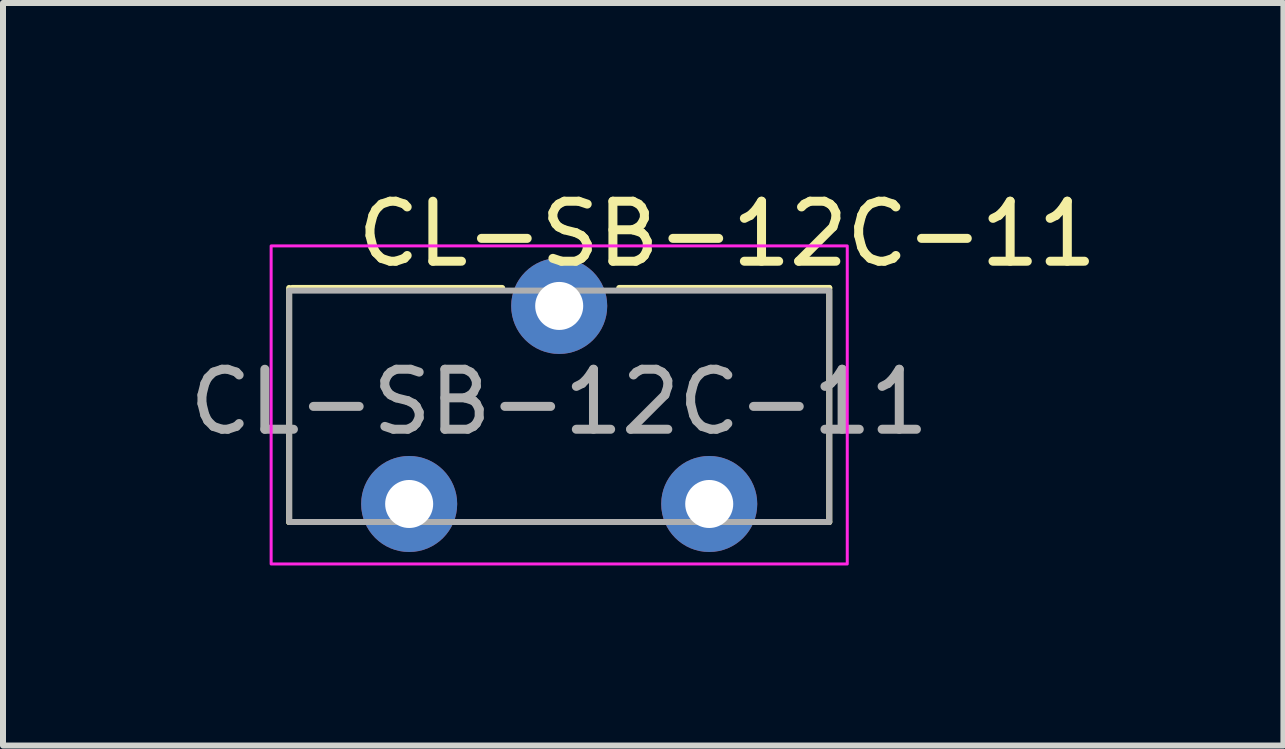
<source format=kicad_pcb>
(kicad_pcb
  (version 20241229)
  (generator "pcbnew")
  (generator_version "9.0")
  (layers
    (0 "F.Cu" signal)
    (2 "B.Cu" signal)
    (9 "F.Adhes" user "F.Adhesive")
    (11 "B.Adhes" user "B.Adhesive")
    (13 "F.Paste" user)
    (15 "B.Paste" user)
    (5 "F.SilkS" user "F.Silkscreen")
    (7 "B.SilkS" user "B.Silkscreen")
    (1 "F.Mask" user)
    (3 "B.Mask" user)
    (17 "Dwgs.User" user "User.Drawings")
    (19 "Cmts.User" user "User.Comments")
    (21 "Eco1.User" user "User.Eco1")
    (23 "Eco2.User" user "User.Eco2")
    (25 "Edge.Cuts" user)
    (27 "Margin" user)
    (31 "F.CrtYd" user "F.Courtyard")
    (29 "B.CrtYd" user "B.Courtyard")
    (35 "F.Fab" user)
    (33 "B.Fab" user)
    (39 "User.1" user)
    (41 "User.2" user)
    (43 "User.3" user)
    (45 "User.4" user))
  (footprint "CL-SB-12C-11"
    (layer "F.Cu")
    (at 6.268 5.348)
    (property "Reference" "CL-SB-12C-11" (at 2.8 -4.5 0) (unlocked yes) (layer "F.SilkS") (effects (font (size 1 1) (thickness 0.15))))
    (attr through_hole)
    (fp_line (start -4.5 0.3) (end -4.5 -3.6) (stroke (width 0.1) (type default)) (layer "F.SilkS"))
    (fp_line (start -4.45 -3.6) (end -0.95 -3.6) (stroke (width 0.1) (type default)) (layer "F.SilkS"))
    (fp_line (start -3.4 0.3) (end -4.5 0.3) (stroke (width 0.1) (type default)) (layer "F.SilkS"))
    (fp_line (start 1 -3.6) (end 4.5 -3.6) (stroke (width 0.1) (type default)) (layer "F.SilkS"))
    (fp_line (start 1.6 0.3) (end -1.5 0.3) (stroke (width 0.1) (type default)) (layer "F.SilkS"))
    (fp_line (start 4.5 -3.6) (end 4.5 0.3) (stroke (width 0.1) (type default)) (layer "F.SilkS"))
    (fp_line (start 4.5 0.3) (end 3.4 0.3) (stroke (width 0.1) (type default)) (layer "F.SilkS"))
    (fp_rect (start -4.8 -4.3) (end 4.8 1) (stroke (width 0.05) (type default)) (fill no) (layer "F.CrtYd"))
    (fp_rect (start -4.5 -3.556) (end 4.5 0.3) (stroke (width 0.1) (type default)) (fill no) (layer "F.Fab"))
    (fp_text user "${REFERENCE}" (at 0 -1.7 0) (unlocked yes) (layer "F.Fab") (effects (font (size 1 1) (thickness 0.15))))
    (pad "1" thru_hole circle (at -2.5 0) (size 1.6 1.6) (drill 0.8) (layers "*.Cu" "*.Mask"))
    (pad "2" thru_hole circle (at 0 -3.3) (size 1.6 1.6) (drill 0.8) (layers "*.Cu" "*.Mask"))
    (pad "3" thru_hole circle (at 2.5 0) (size 1.6 1.6) (drill 0.8) (layers "*.Cu" "*.Mask")))
  (gr_rect
    (start -3 -3)
    (end 18.336 9.373)
    (stroke (width 0.1) (type default))
    (fill no)
    (layer "Edge.Cuts")))
</source>
